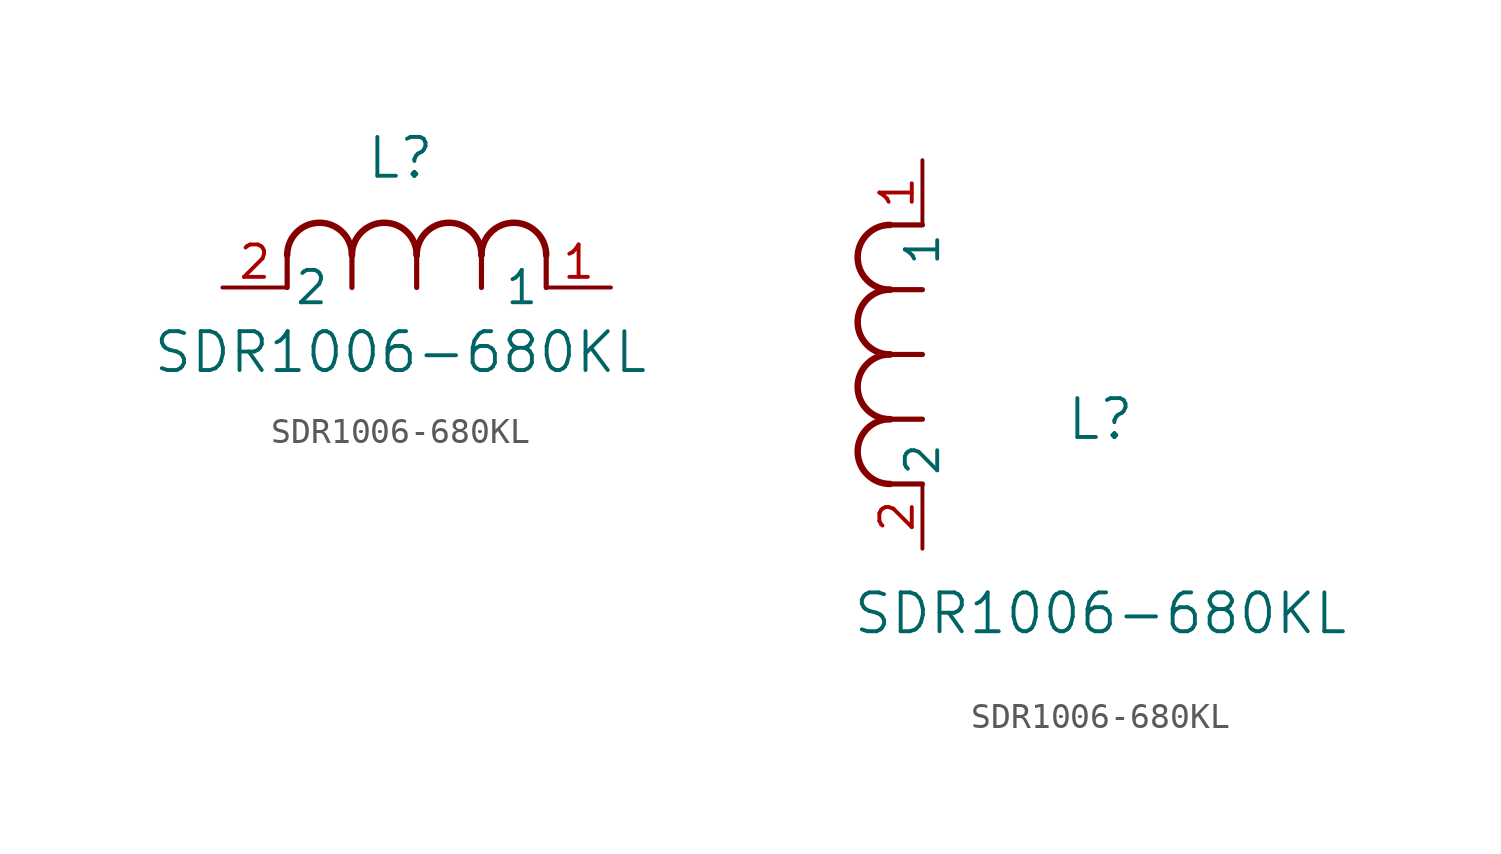
<source format=kicad_sym>
(kicad_symbol_lib
  (version 20211014)
  (generator kicad_symbol_editor)
  (symbol "SDR1006-680KL"
    (pin_names
      (offset 0.254))
    (property "Reference" "L"
      (at 6.985 5.08 0)
      (effects (font (size 1.524 1.524))))
    (property "Value" "SDR1006-680KL"
      (at 6.985 -2.54 0)
      (effects (font (size 1.524 1.524))))
    (symbol "SDR1006-680KL_1_1"
      (arc (start 7.62 1.27) (mid 6.35 2.54) (end 5.08 1.27) (stroke (width 0.254) (type default) (color 0 0 0 0)) (fill (type none)))
      (polyline (pts (xy 5.08 0) (xy 5.08 1.27)) (stroke (width 0.203) (type default) (color 0 0 0 0)) (fill (type none)))
      (polyline (pts (xy 7.62 0) (xy 7.62 1.27)) (stroke (width 0.203) (type default) (color 0 0 0 0)) (fill (type none)))
      (polyline (pts (xy 12.7 0) (xy 12.7 1.27)) (stroke (width 0.203) (type default) (color 0 0 0 0)) (fill (type none)))
      (arc (start 5.08 1.27) (mid 3.81 2.54) (end 2.54 1.27) (stroke (width 0.254) (type default) (color 0 0 0 0)) (fill (type none)))
      (arc (start 10.16 1.27) (mid 8.89 2.54) (end 7.62 1.27) (stroke (width 0.254) (type default) (color 0 0 0 0)) (fill (type none)))
      (arc (start 12.7 1.27) (mid 11.43 2.54) (end 10.16 1.27) (stroke (width 0.254) (type default) (color 0 0 0 0)) (fill (type none)))
      (polyline (pts (xy 2.54 0) (xy 2.54 1.27)) (stroke (width 0.203) (type default) (color 0 0 0 0)) (fill (type none)))
      (polyline (pts (xy 10.16 0) (xy 10.16 1.27)) (stroke (width 0.203) (type default) (color 0 0 0 0)) (fill (type none)))
      (pin unspecified line (at 0 0 0) (length 2.54) (name "2" (effects (font (size 1.27 1.27)))) (number "2" (effects (font (size 1.27 1.27)))))
      (pin unspecified line (at 15.24 0 180) (length 2.54) (name "1" (effects (font (size 1.27 1.27)))) (number "1" (effects (font (size 1.27 1.27))))))
    (symbol "SDR1006-680KL_1_2"
      (arc (start -1.27 7.62) (mid -2.54 6.35) (end -1.27 5.08) (stroke (width 0.254) (type default) (color 0 0 0 0)) (fill (type none)))
      (arc (start -1.27 5.08) (mid -2.54 3.81) (end -1.27 2.54) (stroke (width 0.254) (type default) (color 0 0 0 0)) (fill (type none)))
      (arc (start -1.27 12.7) (mid -2.54 11.43) (end -1.27 10.16) (stroke (width 0.254) (type default) (color 0 0 0 0)) (fill (type none)))
      (arc (start -1.27 10.16) (mid -2.54 8.89) (end -1.27 7.62) (stroke (width 0.254) (type default) (color 0 0 0 0)) (fill (type none)))
      (polyline (pts (xy 0 7.62) (xy -1.27 7.62)) (stroke (width 0.203) (type default) (color 0 0 0 0)) (fill (type none)))
      (polyline (pts (xy 0 5.08) (xy -1.27 5.08)) (stroke (width 0.203) (type default) (color 0 0 0 0)) (fill (type none)))
      (polyline (pts (xy 0 12.7) (xy -1.27 12.7)) (stroke (width 0.203) (type default) (color 0 0 0 0)) (fill (type none)))
      (polyline (pts (xy 0 2.54) (xy -1.27 2.54)) (stroke (width 0.203) (type default) (color 0 0 0 0)) (fill (type none)))
      (polyline (pts (xy 0 10.16) (xy -1.27 10.16)) (stroke (width 0.203) (type default) (color 0 0 0 0)) (fill (type none)))
      (pin unspecified line (at 0 0 90) (length 2.54) (name "2" (effects (font (size 1.27 1.27)))) (number "2" (effects (font (size 1.27 1.27)))))
      (pin unspecified line (at 0 15.24 270) (length 2.54) (name "1" (effects (font (size 1.27 1.27)))) (number "1" (effects (font (size 1.27 1.27))))))))
</source>
